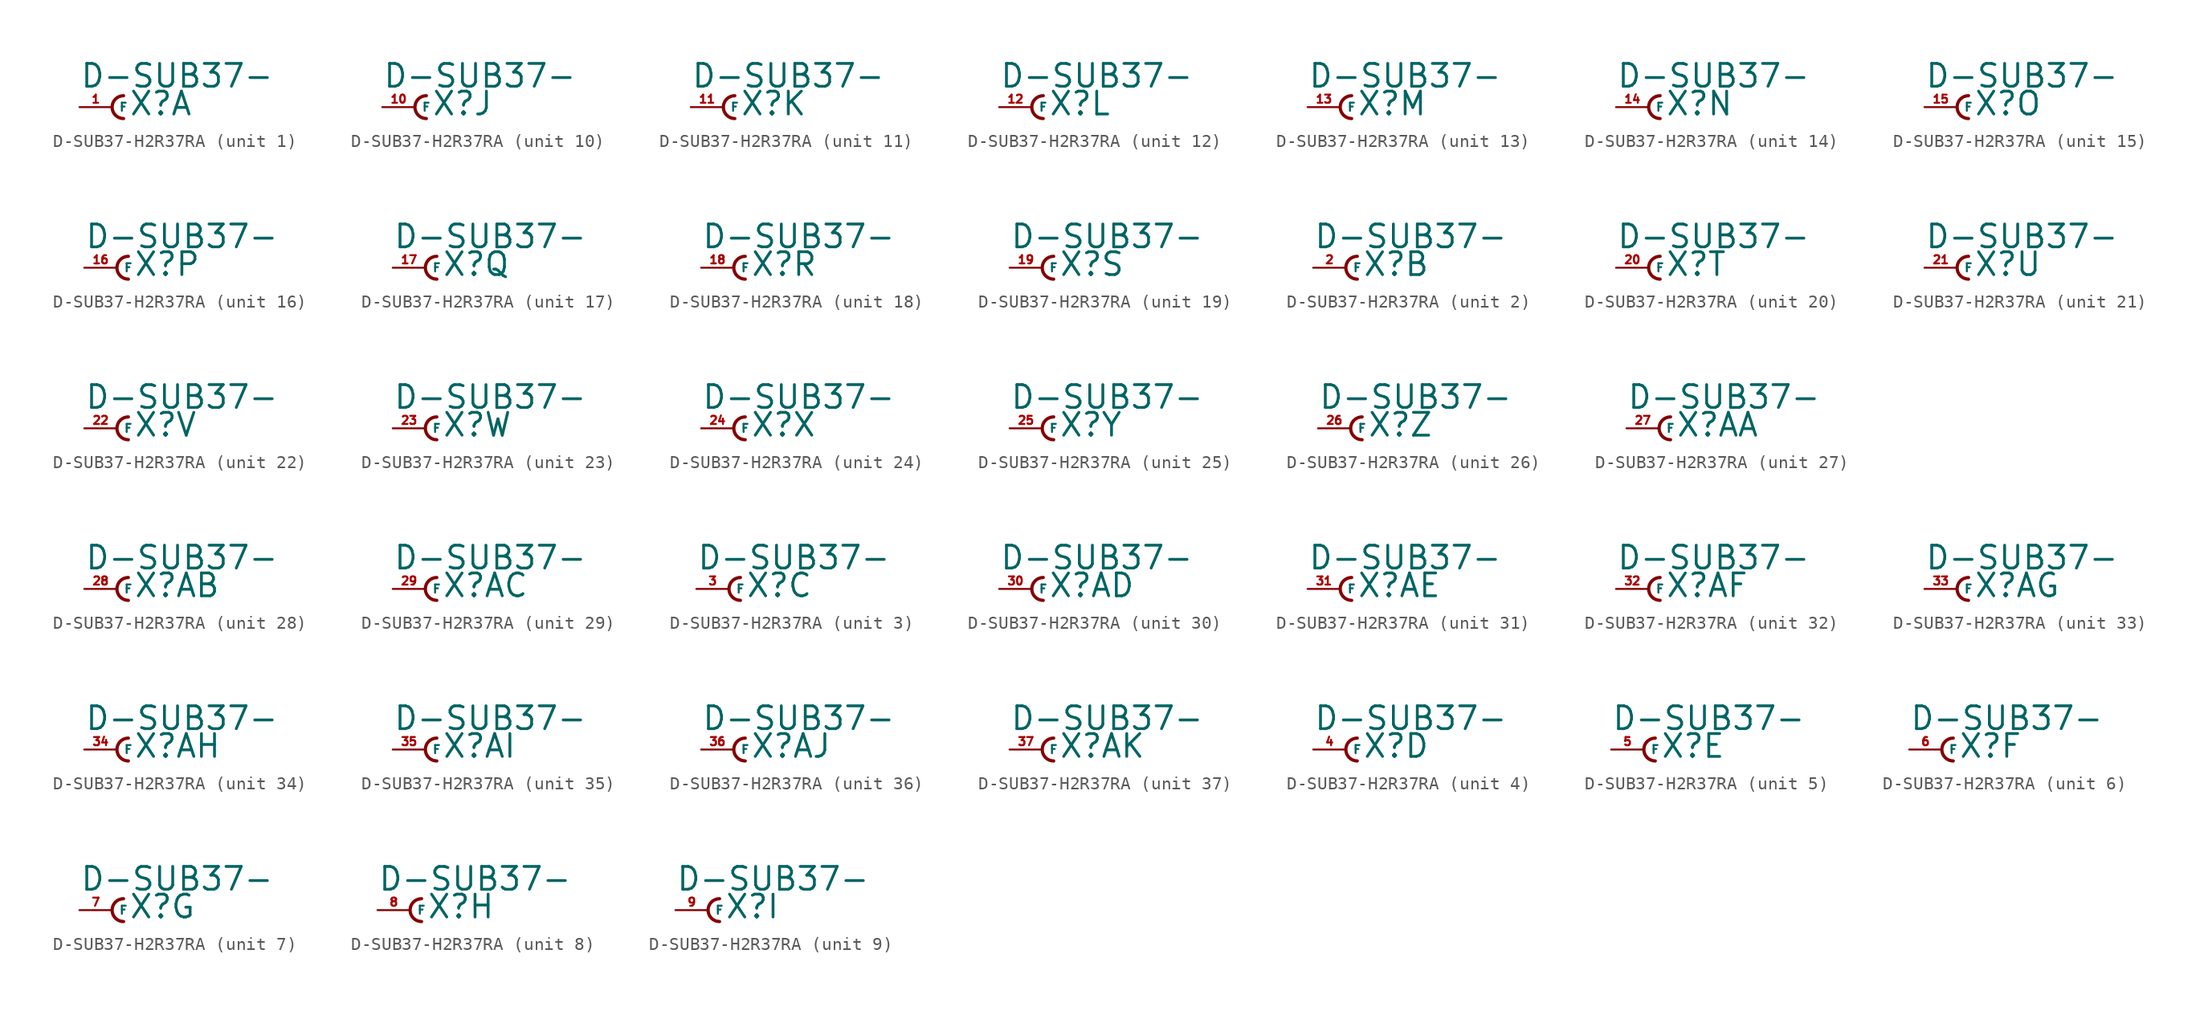
<source format=kicad_sym>
(kicad_symbol_lib
  (version 20220914)
  (generator Eagle2Kicad)
  (symbol "D-SUB37-H2R37RA"
    (property "Reference" "X"
      (at 1.27 -0.762 0)
      (effects (font (size 1.778 1.778) (thickness 0.22)) (justify left bottom)))
    (property "Value" "D-SUB37-"
      (at -2.54 1.397 0)
      (effects (font (size 1.778 1.778) (thickness 0.22)) (justify left bottom)))
    (symbol "D-SUB37-H2R37RA_1_0"
      (arc (start 0.889 0.889) (mid 0.000 0.000) (end 0.889 -0.889) (stroke (width 0.254) (type default)) (fill (type none)))
      (pin passive line (at -2.54 0 0) (length 2.54) (name "F" (effects (font (size 0.635 0.635) (thickness 0.08)) (justify left bottom))) (number "1" (effects (font (size 0.635 0.635) (thickness 0.08)) (justify left bottom)))))
    (symbol "D-SUB37-H2R37RA_2_0"
      (arc (start 0.889 0.889) (mid 0.000 0.000) (end 0.889 -0.889) (stroke (width 0.254) (type default)) (fill (type none)))
      (pin passive line (at -2.54 0 0) (length 2.54) (name "F" (effects (font (size 0.635 0.635) (thickness 0.08)) (justify left bottom))) (number "2" (effects (font (size 0.635 0.635) (thickness 0.08)) (justify left bottom)))))
    (symbol "D-SUB37-H2R37RA_3_0"
      (arc (start 0.889 0.889) (mid 0.000 0.000) (end 0.889 -0.889) (stroke (width 0.254) (type default)) (fill (type none)))
      (pin passive line (at -2.54 0 0) (length 2.54) (name "F" (effects (font (size 0.635 0.635) (thickness 0.08)) (justify left bottom))) (number "3" (effects (font (size 0.635 0.635) (thickness 0.08)) (justify left bottom)))))
    (symbol "D-SUB37-H2R37RA_4_0"
      (arc (start 0.889 0.889) (mid 0.000 0.000) (end 0.889 -0.889) (stroke (width 0.254) (type default)) (fill (type none)))
      (pin passive line (at -2.54 0 0) (length 2.54) (name "F" (effects (font (size 0.635 0.635) (thickness 0.08)) (justify left bottom))) (number "4" (effects (font (size 0.635 0.635) (thickness 0.08)) (justify left bottom)))))
    (symbol "D-SUB37-H2R37RA_5_0"
      (arc (start 0.889 0.889) (mid 0.000 0.000) (end 0.889 -0.889) (stroke (width 0.254) (type default)) (fill (type none)))
      (pin passive line (at -2.54 0 0) (length 2.54) (name "F" (effects (font (size 0.635 0.635) (thickness 0.08)) (justify left bottom))) (number "5" (effects (font (size 0.635 0.635) (thickness 0.08)) (justify left bottom)))))
    (symbol "D-SUB37-H2R37RA_6_0"
      (arc (start 0.889 0.889) (mid 0.000 0.000) (end 0.889 -0.889) (stroke (width 0.254) (type default)) (fill (type none)))
      (pin passive line (at -2.54 0 0) (length 2.54) (name "F" (effects (font (size 0.635 0.635) (thickness 0.08)) (justify left bottom))) (number "6" (effects (font (size 0.635 0.635) (thickness 0.08)) (justify left bottom)))))
    (symbol "D-SUB37-H2R37RA_7_0"
      (arc (start 0.889 0.889) (mid 0.000 0.000) (end 0.889 -0.889) (stroke (width 0.254) (type default)) (fill (type none)))
      (pin passive line (at -2.54 0 0) (length 2.54) (name "F" (effects (font (size 0.635 0.635) (thickness 0.08)) (justify left bottom))) (number "7" (effects (font (size 0.635 0.635) (thickness 0.08)) (justify left bottom)))))
    (symbol "D-SUB37-H2R37RA_8_0"
      (arc (start 0.889 0.889) (mid 0.000 0.000) (end 0.889 -0.889) (stroke (width 0.254) (type default)) (fill (type none)))
      (pin passive line (at -2.54 0 0) (length 2.54) (name "F" (effects (font (size 0.635 0.635) (thickness 0.08)) (justify left bottom))) (number "8" (effects (font (size 0.635 0.635) (thickness 0.08)) (justify left bottom)))))
    (symbol "D-SUB37-H2R37RA_9_0"
      (arc (start 0.889 0.889) (mid 0.000 0.000) (end 0.889 -0.889) (stroke (width 0.254) (type default)) (fill (type none)))
      (pin passive line (at -2.54 0 0) (length 2.54) (name "F" (effects (font (size 0.635 0.635) (thickness 0.08)) (justify left bottom))) (number "9" (effects (font (size 0.635 0.635) (thickness 0.08)) (justify left bottom)))))
    (symbol "D-SUB37-H2R37RA_10_0"
      (arc (start 0.889 0.889) (mid 0.000 0.000) (end 0.889 -0.889) (stroke (width 0.254) (type default)) (fill (type none)))
      (pin passive line (at -2.54 0 0) (length 2.54) (name "F" (effects (font (size 0.635 0.635) (thickness 0.08)) (justify left bottom))) (number "10" (effects (font (size 0.635 0.635) (thickness 0.08)) (justify left bottom)))))
    (symbol "D-SUB37-H2R37RA_11_0"
      (arc (start 0.889 0.889) (mid 0.000 0.000) (end 0.889 -0.889) (stroke (width 0.254) (type default)) (fill (type none)))
      (pin passive line (at -2.54 0 0) (length 2.54) (name "F" (effects (font (size 0.635 0.635) (thickness 0.08)) (justify left bottom))) (number "11" (effects (font (size 0.635 0.635) (thickness 0.08)) (justify left bottom)))))
    (symbol "D-SUB37-H2R37RA_12_0"
      (arc (start 0.889 0.889) (mid 0.000 0.000) (end 0.889 -0.889) (stroke (width 0.254) (type default)) (fill (type none)))
      (pin passive line (at -2.54 0 0) (length 2.54) (name "F" (effects (font (size 0.635 0.635) (thickness 0.08)) (justify left bottom))) (number "12" (effects (font (size 0.635 0.635) (thickness 0.08)) (justify left bottom)))))
    (symbol "D-SUB37-H2R37RA_13_0"
      (arc (start 0.889 0.889) (mid 0.000 0.000) (end 0.889 -0.889) (stroke (width 0.254) (type default)) (fill (type none)))
      (pin passive line (at -2.54 0 0) (length 2.54) (name "F" (effects (font (size 0.635 0.635) (thickness 0.08)) (justify left bottom))) (number "13" (effects (font (size 0.635 0.635) (thickness 0.08)) (justify left bottom)))))
    (symbol "D-SUB37-H2R37RA_14_0"
      (arc (start 0.889 0.889) (mid 0.000 0.000) (end 0.889 -0.889) (stroke (width 0.254) (type default)) (fill (type none)))
      (pin passive line (at -2.54 0 0) (length 2.54) (name "F" (effects (font (size 0.635 0.635) (thickness 0.08)) (justify left bottom))) (number "14" (effects (font (size 0.635 0.635) (thickness 0.08)) (justify left bottom)))))
    (symbol "D-SUB37-H2R37RA_15_0"
      (arc (start 0.889 0.889) (mid 0.000 0.000) (end 0.889 -0.889) (stroke (width 0.254) (type default)) (fill (type none)))
      (pin passive line (at -2.54 0 0) (length 2.54) (name "F" (effects (font (size 0.635 0.635) (thickness 0.08)) (justify left bottom))) (number "15" (effects (font (size 0.635 0.635) (thickness 0.08)) (justify left bottom)))))
    (symbol "D-SUB37-H2R37RA_16_0"
      (arc (start 0.889 0.889) (mid 0.000 0.000) (end 0.889 -0.889) (stroke (width 0.254) (type default)) (fill (type none)))
      (pin passive line (at -2.54 0 0) (length 2.54) (name "F" (effects (font (size 0.635 0.635) (thickness 0.08)) (justify left bottom))) (number "16" (effects (font (size 0.635 0.635) (thickness 0.08)) (justify left bottom)))))
    (symbol "D-SUB37-H2R37RA_17_0"
      (arc (start 0.889 0.889) (mid 0.000 0.000) (end 0.889 -0.889) (stroke (width 0.254) (type default)) (fill (type none)))
      (pin passive line (at -2.54 0 0) (length 2.54) (name "F" (effects (font (size 0.635 0.635) (thickness 0.08)) (justify left bottom))) (number "17" (effects (font (size 0.635 0.635) (thickness 0.08)) (justify left bottom)))))
    (symbol "D-SUB37-H2R37RA_18_0"
      (arc (start 0.889 0.889) (mid 0.000 0.000) (end 0.889 -0.889) (stroke (width 0.254) (type default)) (fill (type none)))
      (pin passive line (at -2.54 0 0) (length 2.54) (name "F" (effects (font (size 0.635 0.635) (thickness 0.08)) (justify left bottom))) (number "18" (effects (font (size 0.635 0.635) (thickness 0.08)) (justify left bottom)))))
    (symbol "D-SUB37-H2R37RA_19_0"
      (arc (start 0.889 0.889) (mid 0.000 0.000) (end 0.889 -0.889) (stroke (width 0.254) (type default)) (fill (type none)))
      (pin passive line (at -2.54 0 0) (length 2.54) (name "F" (effects (font (size 0.635 0.635) (thickness 0.08)) (justify left bottom))) (number "19" (effects (font (size 0.635 0.635) (thickness 0.08)) (justify left bottom)))))
    (symbol "D-SUB37-H2R37RA_20_0"
      (arc (start 0.889 0.889) (mid 0.000 0.000) (end 0.889 -0.889) (stroke (width 0.254) (type default)) (fill (type none)))
      (pin passive line (at -2.54 0 0) (length 2.54) (name "F" (effects (font (size 0.635 0.635) (thickness 0.08)) (justify left bottom))) (number "20" (effects (font (size 0.635 0.635) (thickness 0.08)) (justify left bottom)))))
    (symbol "D-SUB37-H2R37RA_21_0"
      (arc (start 0.889 0.889) (mid 0.000 0.000) (end 0.889 -0.889) (stroke (width 0.254) (type default)) (fill (type none)))
      (pin passive line (at -2.54 0 0) (length 2.54) (name "F" (effects (font (size 0.635 0.635) (thickness 0.08)) (justify left bottom))) (number "21" (effects (font (size 0.635 0.635) (thickness 0.08)) (justify left bottom)))))
    (symbol "D-SUB37-H2R37RA_22_0"
      (arc (start 0.889 0.889) (mid 0.000 0.000) (end 0.889 -0.889) (stroke (width 0.254) (type default)) (fill (type none)))
      (pin passive line (at -2.54 0 0) (length 2.54) (name "F" (effects (font (size 0.635 0.635) (thickness 0.08)) (justify left bottom))) (number "22" (effects (font (size 0.635 0.635) (thickness 0.08)) (justify left bottom)))))
    (symbol "D-SUB37-H2R37RA_23_0"
      (arc (start 0.889 0.889) (mid 0.000 0.000) (end 0.889 -0.889) (stroke (width 0.254) (type default)) (fill (type none)))
      (pin passive line (at -2.54 0 0) (length 2.54) (name "F" (effects (font (size 0.635 0.635) (thickness 0.08)) (justify left bottom))) (number "23" (effects (font (size 0.635 0.635) (thickness 0.08)) (justify left bottom)))))
    (symbol "D-SUB37-H2R37RA_24_0"
      (arc (start 0.889 0.889) (mid 0.000 0.000) (end 0.889 -0.889) (stroke (width 0.254) (type default)) (fill (type none)))
      (pin passive line (at -2.54 0 0) (length 2.54) (name "F" (effects (font (size 0.635 0.635) (thickness 0.08)) (justify left bottom))) (number "24" (effects (font (size 0.635 0.635) (thickness 0.08)) (justify left bottom)))))
    (symbol "D-SUB37-H2R37RA_25_0"
      (arc (start 0.889 0.889) (mid 0.000 0.000) (end 0.889 -0.889) (stroke (width 0.254) (type default)) (fill (type none)))
      (pin passive line (at -2.54 0 0) (length 2.54) (name "F" (effects (font (size 0.635 0.635) (thickness 0.08)) (justify left bottom))) (number "25" (effects (font (size 0.635 0.635) (thickness 0.08)) (justify left bottom)))))
    (symbol "D-SUB37-H2R37RA_26_0"
      (arc (start 0.889 0.889) (mid 0.000 0.000) (end 0.889 -0.889) (stroke (width 0.254) (type default)) (fill (type none)))
      (pin passive line (at -2.54 0 0) (length 2.54) (name "F" (effects (font (size 0.635 0.635) (thickness 0.08)) (justify left bottom))) (number "26" (effects (font (size 0.635 0.635) (thickness 0.08)) (justify left bottom)))))
    (symbol "D-SUB37-H2R37RA_27_0"
      (arc (start 0.889 0.889) (mid 0.000 0.000) (end 0.889 -0.889) (stroke (width 0.254) (type default)) (fill (type none)))
      (pin passive line (at -2.54 0 0) (length 2.54) (name "F" (effects (font (size 0.635 0.635) (thickness 0.08)) (justify left bottom))) (number "27" (effects (font (size 0.635 0.635) (thickness 0.08)) (justify left bottom)))))
    (symbol "D-SUB37-H2R37RA_28_0"
      (arc (start 0.889 0.889) (mid 0.000 0.000) (end 0.889 -0.889) (stroke (width 0.254) (type default)) (fill (type none)))
      (pin passive line (at -2.54 0 0) (length 2.54) (name "F" (effects (font (size 0.635 0.635) (thickness 0.08)) (justify left bottom))) (number "28" (effects (font (size 0.635 0.635) (thickness 0.08)) (justify left bottom)))))
    (symbol "D-SUB37-H2R37RA_29_0"
      (arc (start 0.889 0.889) (mid 0.000 0.000) (end 0.889 -0.889) (stroke (width 0.254) (type default)) (fill (type none)))
      (pin passive line (at -2.54 0 0) (length 2.54) (name "F" (effects (font (size 0.635 0.635) (thickness 0.08)) (justify left bottom))) (number "29" (effects (font (size 0.635 0.635) (thickness 0.08)) (justify left bottom)))))
    (symbol "D-SUB37-H2R37RA_30_0"
      (arc (start 0.889 0.889) (mid 0.000 0.000) (end 0.889 -0.889) (stroke (width 0.254) (type default)) (fill (type none)))
      (pin passive line (at -2.54 0 0) (length 2.54) (name "F" (effects (font (size 0.635 0.635) (thickness 0.08)) (justify left bottom))) (number "30" (effects (font (size 0.635 0.635) (thickness 0.08)) (justify left bottom)))))
    (symbol "D-SUB37-H2R37RA_31_0"
      (arc (start 0.889 0.889) (mid 0.000 0.000) (end 0.889 -0.889) (stroke (width 0.254) (type default)) (fill (type none)))
      (pin passive line (at -2.54 0 0) (length 2.54) (name "F" (effects (font (size 0.635 0.635) (thickness 0.08)) (justify left bottom))) (number "31" (effects (font (size 0.635 0.635) (thickness 0.08)) (justify left bottom)))))
    (symbol "D-SUB37-H2R37RA_32_0"
      (arc (start 0.889 0.889) (mid 0.000 0.000) (end 0.889 -0.889) (stroke (width 0.254) (type default)) (fill (type none)))
      (pin passive line (at -2.54 0 0) (length 2.54) (name "F" (effects (font (size 0.635 0.635) (thickness 0.08)) (justify left bottom))) (number "32" (effects (font (size 0.635 0.635) (thickness 0.08)) (justify left bottom)))))
    (symbol "D-SUB37-H2R37RA_33_0"
      (arc (start 0.889 0.889) (mid 0.000 0.000) (end 0.889 -0.889) (stroke (width 0.254) (type default)) (fill (type none)))
      (pin passive line (at -2.54 0 0) (length 2.54) (name "F" (effects (font (size 0.635 0.635) (thickness 0.08)) (justify left bottom))) (number "33" (effects (font (size 0.635 0.635) (thickness 0.08)) (justify left bottom)))))
    (symbol "D-SUB37-H2R37RA_34_0"
      (arc (start 0.889 0.889) (mid 0.000 0.000) (end 0.889 -0.889) (stroke (width 0.254) (type default)) (fill (type none)))
      (pin passive line (at -2.54 0 0) (length 2.54) (name "F" (effects (font (size 0.635 0.635) (thickness 0.08)) (justify left bottom))) (number "34" (effects (font (size 0.635 0.635) (thickness 0.08)) (justify left bottom)))))
    (symbol "D-SUB37-H2R37RA_35_0"
      (arc (start 0.889 0.889) (mid 0.000 0.000) (end 0.889 -0.889) (stroke (width 0.254) (type default)) (fill (type none)))
      (pin passive line (at -2.54 0 0) (length 2.54) (name "F" (effects (font (size 0.635 0.635) (thickness 0.08)) (justify left bottom))) (number "35" (effects (font (size 0.635 0.635) (thickness 0.08)) (justify left bottom)))))
    (symbol "D-SUB37-H2R37RA_36_0"
      (arc (start 0.889 0.889) (mid 0.000 0.000) (end 0.889 -0.889) (stroke (width 0.254) (type default)) (fill (type none)))
      (pin passive line (at -2.54 0 0) (length 2.54) (name "F" (effects (font (size 0.635 0.635) (thickness 0.08)) (justify left bottom))) (number "36" (effects (font (size 0.635 0.635) (thickness 0.08)) (justify left bottom)))))
    (symbol "D-SUB37-H2R37RA_37_0"
      (arc (start 0.889 0.889) (mid 0.000 0.000) (end 0.889 -0.889) (stroke (width 0.254) (type default)) (fill (type none)))
      (pin passive line (at -2.54 0 0) (length 2.54) (name "F" (effects (font (size 0.635 0.635) (thickness 0.08)) (justify left bottom))) (number "37" (effects (font (size 0.635 0.635) (thickness 0.08)) (justify left bottom)))))))
</source>
